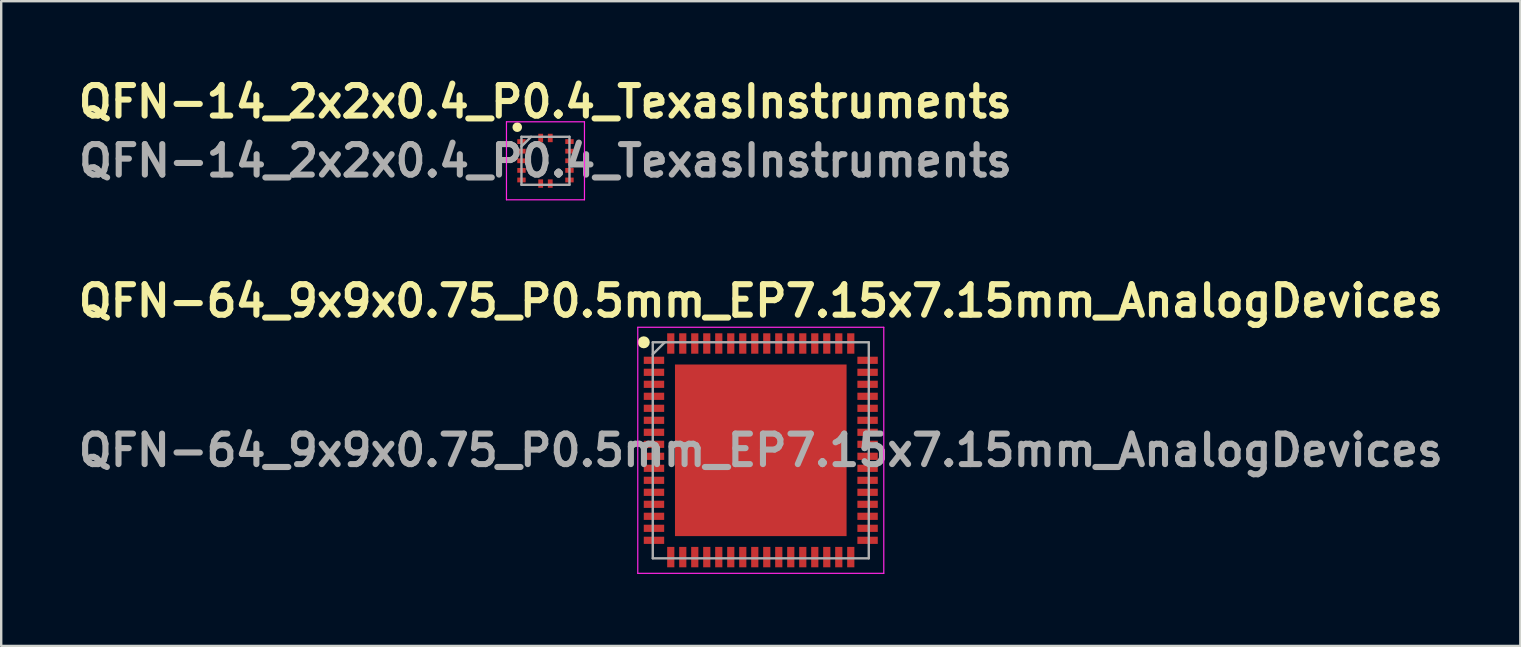
<source format=kicad_pcb>
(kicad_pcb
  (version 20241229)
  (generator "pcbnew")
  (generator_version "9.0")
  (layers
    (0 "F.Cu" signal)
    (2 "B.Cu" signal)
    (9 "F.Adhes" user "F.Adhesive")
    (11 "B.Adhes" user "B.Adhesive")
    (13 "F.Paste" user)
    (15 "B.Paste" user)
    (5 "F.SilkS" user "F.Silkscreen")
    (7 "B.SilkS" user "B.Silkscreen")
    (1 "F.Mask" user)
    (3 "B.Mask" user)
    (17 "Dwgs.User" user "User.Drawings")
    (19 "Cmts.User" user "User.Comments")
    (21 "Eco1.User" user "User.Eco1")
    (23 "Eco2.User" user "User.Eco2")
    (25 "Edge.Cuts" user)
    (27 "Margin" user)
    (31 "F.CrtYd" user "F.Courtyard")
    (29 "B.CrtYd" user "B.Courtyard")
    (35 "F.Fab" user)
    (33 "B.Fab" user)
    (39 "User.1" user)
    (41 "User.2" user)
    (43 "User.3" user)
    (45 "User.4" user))
  (footprint "QFN-64_9x9x0.75_P0.5mm_EP7.15x7.15mm_AnalogDevices"
    (layer "F.Cu")
    (at 28.648 15.712)
    (property "Reference" "QFN-64_9x9x0.75_P0.5mm_EP7.15x7.15mm_AnalogDevices" (at 0 -6.225 0) (layer "F.SilkS") (effects (font (size 1.27 1.27) (thickness 0.254))))
    (attr smd)
    (fp_circle (center -4.875 -4.5) (end -4.875 -4.375) (stroke (width 0.25) (type solid)) (fill no) (layer "F.SilkS"))
    (fp_line (start -5.125 -5.125) (end 5.125 -5.125) (stroke (width 0.05) (type solid)) (layer "F.CrtYd"))
    (fp_line (start -5.125 5.125) (end -5.125 -5.125) (stroke (width 0.05) (type solid)) (layer "F.CrtYd"))
    (fp_line (start 5.125 -5.125) (end 5.125 5.125) (stroke (width 0.05) (type solid)) (layer "F.CrtYd"))
    (fp_line (start 5.125 5.125) (end -5.125 5.125) (stroke (width 0.05) (type solid)) (layer "F.CrtYd"))
    (fp_line (start -4.5 -4.5) (end 4.5 -4.5) (stroke (width 0.1) (type solid)) (layer "F.Fab"))
    (fp_line (start -4.5 -4) (end -4 -4.5) (stroke (width 0.1) (type solid)) (layer "F.Fab"))
    (fp_line (start -4.5 4.5) (end -4.5 -4.5) (stroke (width 0.1) (type solid)) (layer "F.Fab"))
    (fp_line (start 4.5 -4.5) (end 4.5 4.5) (stroke (width 0.1) (type solid)) (layer "F.Fab"))
    (fp_line (start 4.5 4.5) (end -4.5 4.5) (stroke (width 0.1) (type solid)) (layer "F.Fab"))
    (fp_text user "${REFERENCE}" (at 0 0 0) (layer "F.Fab") (effects (font (size 1.27 1.27) (thickness 0.254))))
    (pad "1" smd rect (at -4.45 -3.75 90) (size 0.3 0.85) (layers "F.Cu" "F.Mask" "F.Paste"))
    (pad "2" smd rect (at -4.45 -3.25 90) (size 0.3 0.85) (layers "F.Cu" "F.Mask" "F.Paste"))
    (pad "3" smd rect (at -4.45 -2.75 90) (size 0.3 0.85) (layers "F.Cu" "F.Mask" "F.Paste"))
    (pad "4" smd rect (at -4.45 -2.25 90) (size 0.3 0.85) (layers "F.Cu" "F.Mask" "F.Paste"))
    (pad "5" smd rect (at -4.45 -1.75 90) (size 0.3 0.85) (layers "F.Cu" "F.Mask" "F.Paste"))
    (pad "6" smd rect (at -4.45 -1.25 90) (size 0.3 0.85) (layers "F.Cu" "F.Mask" "F.Paste"))
    (pad "7" smd rect (at -4.45 -0.75 90) (size 0.3 0.85) (layers "F.Cu" "F.Mask" "F.Paste"))
    (pad "8" smd rect (at -4.45 -0.25 90) (size 0.3 0.85) (layers "F.Cu" "F.Mask" "F.Paste"))
    (pad "9" smd rect (at -4.45 0.25 90) (size 0.3 0.85) (layers "F.Cu" "F.Mask" "F.Paste"))
    (pad "10" smd rect (at -4.45 0.75 90) (size 0.3 0.85) (layers "F.Cu" "F.Mask" "F.Paste"))
    (pad "11" smd rect (at -4.45 1.25 90) (size 0.3 0.85) (layers "F.Cu" "F.Mask" "F.Paste"))
    (pad "12" smd rect (at -4.45 1.75 90) (size 0.3 0.85) (layers "F.Cu" "F.Mask" "F.Paste"))
    (pad "13" smd rect (at -4.45 2.25 90) (size 0.3 0.85) (layers "F.Cu" "F.Mask" "F.Paste"))
    (pad "14" smd rect (at -4.45 2.75 90) (size 0.3 0.85) (layers "F.Cu" "F.Mask" "F.Paste"))
    (pad "15" smd rect (at -4.45 3.25 90) (size 0.3 0.85) (layers "F.Cu" "F.Mask" "F.Paste"))
    (pad "16" smd rect (at -4.45 3.75 90) (size 0.3 0.85) (layers "F.Cu" "F.Mask" "F.Paste"))
    (pad "17" smd rect (at -3.75 4.45) (size 0.3 0.85) (layers "F.Cu" "F.Mask" "F.Paste"))
    (pad "18" smd rect (at -3.25 4.45) (size 0.3 0.85) (layers "F.Cu" "F.Mask" "F.Paste"))
    (pad "19" smd rect (at -2.75 4.45) (size 0.3 0.85) (layers "F.Cu" "F.Mask" "F.Paste"))
    (pad "20" smd rect (at -2.25 4.45) (size 0.3 0.85) (layers "F.Cu" "F.Mask" "F.Paste"))
    (pad "21" smd rect (at -1.75 4.45) (size 0.3 0.85) (layers "F.Cu" "F.Mask" "F.Paste"))
    (pad "22" smd rect (at -1.25 4.45) (size 0.3 0.85) (layers "F.Cu" "F.Mask" "F.Paste"))
    (pad "23" smd rect (at -0.75 4.45) (size 0.3 0.85) (layers "F.Cu" "F.Mask" "F.Paste"))
    (pad "24" smd rect (at -0.25 4.45) (size 0.3 0.85) (layers "F.Cu" "F.Mask" "F.Paste"))
    (pad "25" smd rect (at 0.25 4.45) (size 0.3 0.85) (layers "F.Cu" "F.Mask" "F.Paste"))
    (pad "26" smd rect (at 0.75 4.45) (size 0.3 0.85) (layers "F.Cu" "F.Mask" "F.Paste"))
    (pad "27" smd rect (at 1.25 4.45) (size 0.3 0.85) (layers "F.Cu" "F.Mask" "F.Paste"))
    (pad "28" smd rect (at 1.75 4.45) (size 0.3 0.85) (layers "F.Cu" "F.Mask" "F.Paste"))
    (pad "29" smd rect (at 2.25 4.45) (size 0.3 0.85) (layers "F.Cu" "F.Mask" "F.Paste"))
    (pad "30" smd rect (at 2.75 4.45) (size 0.3 0.85) (layers "F.Cu" "F.Mask" "F.Paste"))
    (pad "31" smd rect (at 3.25 4.45) (size 0.3 0.85) (layers "F.Cu" "F.Mask" "F.Paste"))
    (pad "32" smd rect (at 3.75 4.45) (size 0.3 0.85) (layers "F.Cu" "F.Mask" "F.Paste"))
    (pad "33" smd rect (at 4.45 3.75 90) (size 0.3 0.85) (layers "F.Cu" "F.Mask" "F.Paste"))
    (pad "34" smd rect (at 4.45 3.25 90) (size 0.3 0.85) (layers "F.Cu" "F.Mask" "F.Paste"))
    (pad "35" smd rect (at 4.45 2.75 90) (size 0.3 0.85) (layers "F.Cu" "F.Mask" "F.Paste"))
    (pad "36" smd rect (at 4.45 2.25 90) (size 0.3 0.85) (layers "F.Cu" "F.Mask" "F.Paste"))
    (pad "37" smd rect (at 4.45 1.75 90) (size 0.3 0.85) (layers "F.Cu" "F.Mask" "F.Paste"))
    (pad "38" smd rect (at 4.45 1.25 90) (size 0.3 0.85) (layers "F.Cu" "F.Mask" "F.Paste"))
    (pad "39" smd rect (at 4.45 0.75 90) (size 0.3 0.85) (layers "F.Cu" "F.Mask" "F.Paste"))
    (pad "40" smd rect (at 4.45 0.25 90) (size 0.3 0.85) (layers "F.Cu" "F.Mask" "F.Paste"))
    (pad "41" smd rect (at 4.45 -0.25 90) (size 0.3 0.85) (layers "F.Cu" "F.Mask" "F.Paste"))
    (pad "42" smd rect (at 4.45 -0.75 90) (size 0.3 0.85) (layers "F.Cu" "F.Mask" "F.Paste"))
    (pad "43" smd rect (at 4.45 -1.25 90) (size 0.3 0.85) (layers "F.Cu" "F.Mask" "F.Paste"))
    (pad "44" smd rect (at 4.45 -1.75 90) (size 0.3 0.85) (layers "F.Cu" "F.Mask" "F.Paste"))
    (pad "45" smd rect (at 4.45 -2.25 90) (size 0.3 0.85) (layers "F.Cu" "F.Mask" "F.Paste"))
    (pad "46" smd rect (at 4.45 -2.75 90) (size 0.3 0.85) (layers "F.Cu" "F.Mask" "F.Paste"))
    (pad "47" smd rect (at 4.45 -3.25 90) (size 0.3 0.85) (layers "F.Cu" "F.Mask" "F.Paste"))
    (pad "48" smd rect (at 4.45 -3.75 90) (size 0.3 0.85) (layers "F.Cu" "F.Mask" "F.Paste"))
    (pad "49" smd rect (at 3.75 -4.45) (size 0.3 0.85) (layers "F.Cu" "F.Mask" "F.Paste"))
    (pad "50" smd rect (at 3.25 -4.45) (size 0.3 0.85) (layers "F.Cu" "F.Mask" "F.Paste"))
    (pad "51" smd rect (at 2.75 -4.45) (size 0.3 0.85) (layers "F.Cu" "F.Mask" "F.Paste"))
    (pad "52" smd rect (at 2.25 -4.45) (size 0.3 0.85) (layers "F.Cu" "F.Mask" "F.Paste"))
    (pad "53" smd rect (at 1.75 -4.45) (size 0.3 0.85) (layers "F.Cu" "F.Mask" "F.Paste"))
    (pad "54" smd rect (at 1.25 -4.45) (size 0.3 0.85) (layers "F.Cu" "F.Mask" "F.Paste"))
    (pad "55" smd rect (at 0.75 -4.45) (size 0.3 0.85) (layers "F.Cu" "F.Mask" "F.Paste"))
    (pad "56" smd rect (at 0.25 -4.45) (size 0.3 0.85) (layers "F.Cu" "F.Mask" "F.Paste"))
    (pad "57" smd rect (at -0.25 -4.45) (size 0.3 0.85) (layers "F.Cu" "F.Mask" "F.Paste"))
    (pad "58" smd rect (at -0.75 -4.45) (size 0.3 0.85) (layers "F.Cu" "F.Mask" "F.Paste"))
    (pad "59" smd rect (at -1.25 -4.45) (size 0.3 0.85) (layers "F.Cu" "F.Mask" "F.Paste"))
    (pad "60" smd rect (at -1.75 -4.45) (size 0.3 0.85) (layers "F.Cu" "F.Mask" "F.Paste"))
    (pad "61" smd rect (at -2.25 -4.45) (size 0.3 0.85) (layers "F.Cu" "F.Mask" "F.Paste"))
    (pad "62" smd rect (at -2.75 -4.45) (size 0.3 0.85) (layers "F.Cu" "F.Mask" "F.Paste"))
    (pad "63" smd rect (at -3.25 -4.45) (size 0.3 0.85) (layers "F.Cu" "F.Mask" "F.Paste"))
    (pad "64" smd rect (at -3.75 -4.45) (size 0.3 0.85) (layers "F.Cu" "F.Mask" "F.Paste"))
    (pad "65" smd rect (at 0 0) (size 7.15 7.15) (layers "F.Cu" "F.Mask" "F.Paste")))
  (footprint "QFN-14_2x2x0.4_P0.4_TexasInstruments"
    (layer "F.Cu")
    (at 19.677 3.649)
    (property "Reference" "QFN-14_2x2x0.4_P0.4_TexasInstruments" (at -0.01 -2.46 0) (layer "F.SilkS") (effects (font (size 1.27 1.27) (thickness 0.254))))
    (attr smd)
    (fp_circle (center -1.175 -1.4) (end -1.175 -1.3) (stroke (width 0.2) (type solid)) (fill no) (layer "F.SilkS"))
    (fp_line (start -1.625 -1.625) (end 1.625 -1.625) (stroke (width 0.05) (type solid)) (layer "F.CrtYd"))
    (fp_line (start -1.625 1.625) (end -1.625 -1.625) (stroke (width 0.05) (type solid)) (layer "F.CrtYd"))
    (fp_line (start 1.625 -1.625) (end 1.625 1.625) (stroke (width 0.05) (type solid)) (layer "F.CrtYd"))
    (fp_line (start 1.625 1.625) (end -1.625 1.625) (stroke (width 0.05) (type solid)) (layer "F.CrtYd"))
    (fp_line (start -1 -1) (end 1 -1) (stroke (width 0.1) (type solid)) (layer "F.Fab"))
    (fp_line (start -1 -0.6) (end -0.6 -1) (stroke (width 0.1) (type solid)) (layer "F.Fab"))
    (fp_line (start -1 1) (end -1 -1) (stroke (width 0.1) (type solid)) (layer "F.Fab"))
    (fp_line (start 1 -1) (end 1 1) (stroke (width 0.1) (type solid)) (layer "F.Fab"))
    (fp_line (start 1 1) (end -1 1) (stroke (width 0.1) (type solid)) (layer "F.Fab"))
    (fp_text user "${REFERENCE}" (at 0 0 0) (layer "F.Fab") (effects (font (size 1.27 1.27) (thickness 0.254))))
    (pad "1" smd rect (at -1 -0.8 90) (size 0.2 0.35) (layers "F.Cu" "F.Mask" "F.Paste"))
    (pad "2" smd rect (at -1 -0.4 90) (size 0.2 0.35) (layers "F.Cu" "F.Mask" "F.Paste"))
    (pad "3" smd rect (at -1 0 90) (size 0.2 0.35) (layers "F.Cu" "F.Mask" "F.Paste"))
    (pad "4" smd rect (at -1 0.4 90) (size 0.2 0.35) (layers "F.Cu" "F.Mask" "F.Paste"))
    (pad "5" smd rect (at -1 0.8 90) (size 0.2 0.35) (layers "F.Cu" "F.Mask" "F.Paste"))
    (pad "6" smd rect (at -0.2 0.95) (size 0.2 0.35) (layers "F.Cu" "F.Mask" "F.Paste"))
    (pad "7" smd rect (at 0.2 0.95) (size 0.2 0.35) (layers "F.Cu" "F.Mask" "F.Paste"))
    (pad "8" smd rect (at 1 0.8 90) (size 0.2 0.35) (layers "F.Cu" "F.Mask" "F.Paste"))
    (pad "9" smd rect (at 1 0.4 90) (size 0.2 0.35) (layers "F.Cu" "F.Mask" "F.Paste"))
    (pad "10" smd rect (at 1 0 90) (size 0.2 0.35) (layers "F.Cu" "F.Mask" "F.Paste"))
    (pad "11" smd rect (at 1 -0.4 90) (size 0.2 0.35) (layers "F.Cu" "F.Mask" "F.Paste"))
    (pad "12" smd rect (at 1 -0.8 90) (size 0.2 0.35) (layers "F.Cu" "F.Mask" "F.Paste"))
    (pad "13" smd rect (at 0.2 -0.95) (size 0.2 0.35) (layers "F.Cu" "F.Mask" "F.Paste"))
    (pad "14" smd rect (at -0.2 -0.95) (size 0.2 0.35) (layers "F.Cu" "F.Mask" "F.Paste")))
  (gr_rect
    (start -3 -3)
    (end 60.295 23.862)
    (stroke (width 0.1) (type default))
    (fill no)
    (layer "Edge.Cuts")))
</source>
